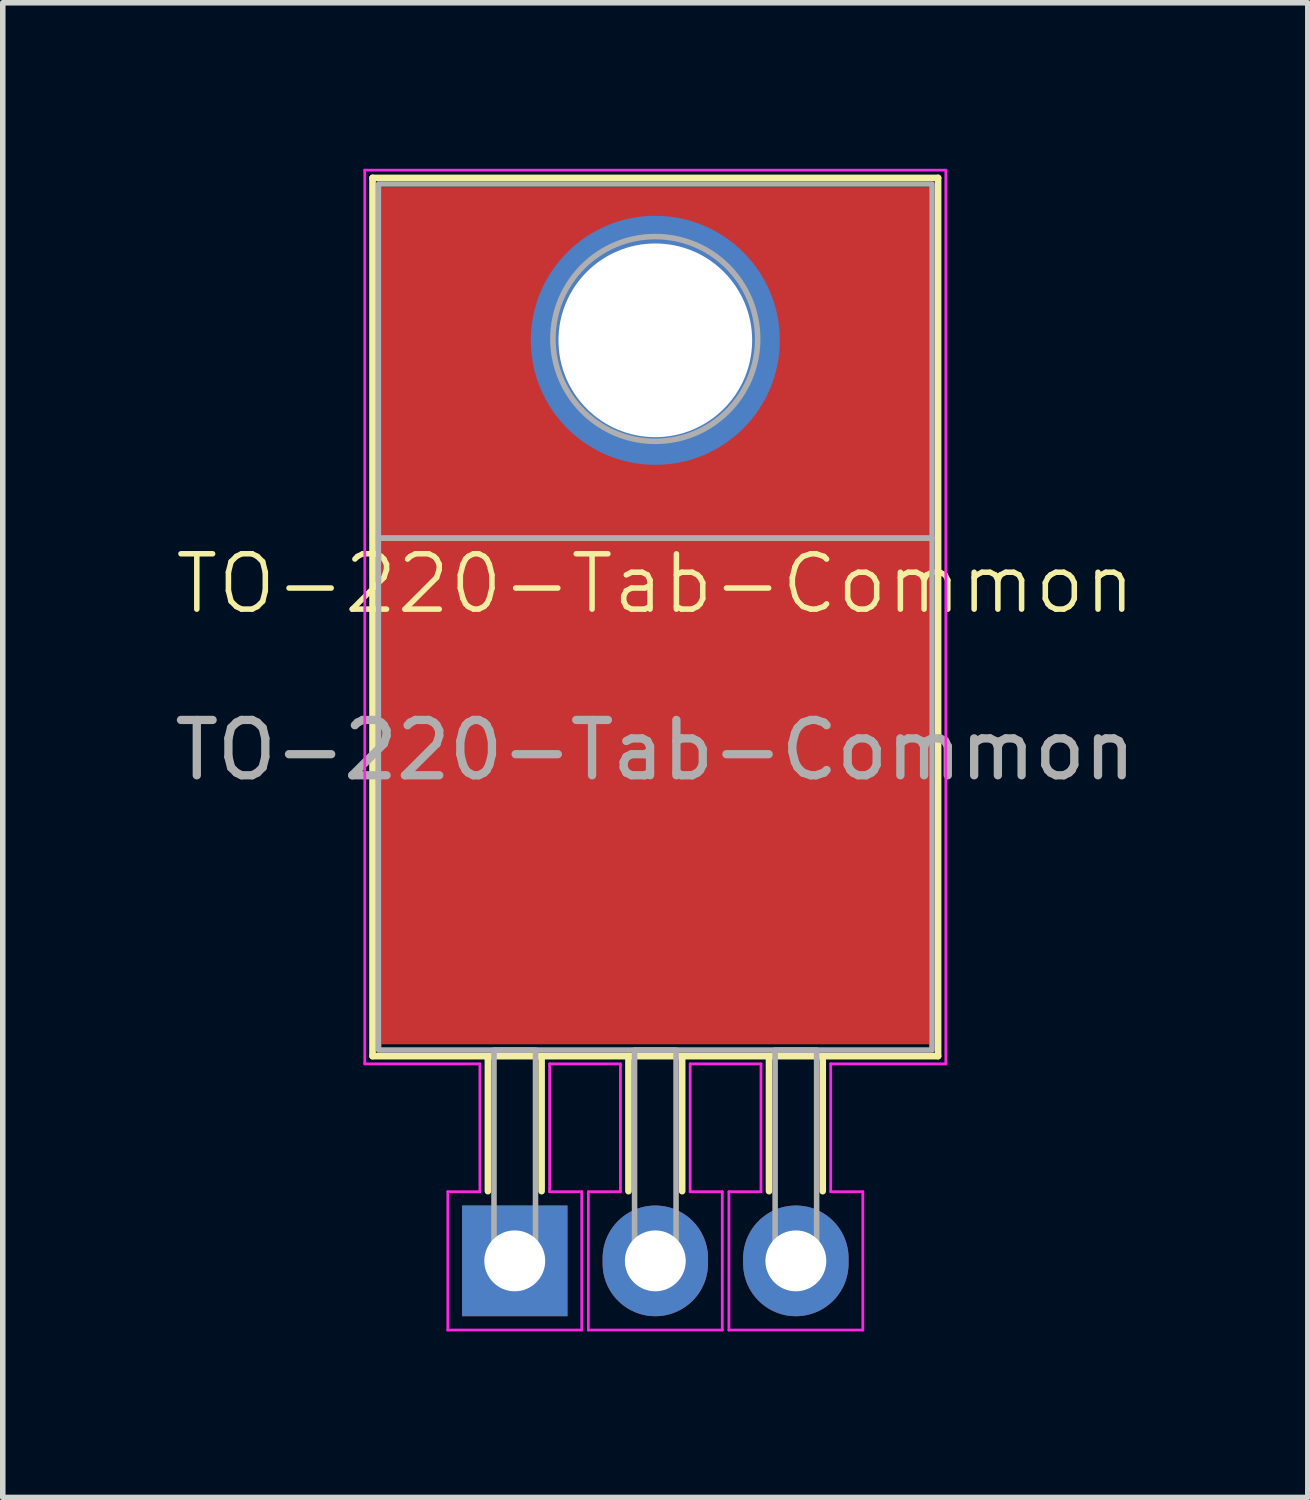
<source format=kicad_pcb>
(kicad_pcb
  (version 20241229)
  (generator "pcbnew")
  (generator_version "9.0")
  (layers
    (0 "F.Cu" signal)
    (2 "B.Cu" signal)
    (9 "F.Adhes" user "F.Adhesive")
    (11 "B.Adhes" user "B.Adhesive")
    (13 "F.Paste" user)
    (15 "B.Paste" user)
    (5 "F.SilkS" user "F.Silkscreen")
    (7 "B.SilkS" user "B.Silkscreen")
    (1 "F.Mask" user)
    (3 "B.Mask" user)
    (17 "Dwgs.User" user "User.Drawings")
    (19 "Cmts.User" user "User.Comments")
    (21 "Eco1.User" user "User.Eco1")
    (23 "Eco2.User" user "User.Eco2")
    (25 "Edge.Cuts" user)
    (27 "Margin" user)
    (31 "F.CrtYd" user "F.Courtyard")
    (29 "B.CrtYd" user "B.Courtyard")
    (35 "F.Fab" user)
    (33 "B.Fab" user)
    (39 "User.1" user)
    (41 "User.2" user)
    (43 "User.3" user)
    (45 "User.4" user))
  (footprint "TO-220-Tab-Common"
    (layer "F.Cu")
    (at 8.792 8)
    (property "Reference" "TO-220-Tab-Common" (at 0 -0.5 0) (unlocked yes) (layer "F.SilkS") (effects (font (size 1 1) (thickness 0.1))))
    (attr smd)
    (fp_line (start -5.11 -7.835) (end 5.11 -7.835) (stroke (width 0.12) (type solid)) (layer "F.SilkS"))
    (fp_line (start -5.11 8.035) (end -5.11 -7.835) (stroke (width 0.12) (type solid)) (layer "F.SilkS"))
    (fp_line (start -5.11 8.035) (end 5.11 8.035) (stroke (width 0.12) (type solid)) (layer "F.SilkS"))
    (fp_line (start -3.025 8.035) (end -3.025 10.475) (stroke (width 0.12) (type solid)) (layer "F.SilkS"))
    (fp_line (start -2.055 8.035) (end -2.055 10.475) (stroke (width 0.12) (type solid)) (layer "F.SilkS"))
    (fp_line (start -0.485 8.035) (end -0.485 10.475) (stroke (width 0.12) (type solid)) (layer "F.SilkS"))
    (fp_line (start 0.485 8.035) (end 0.485 10.475) (stroke (width 0.12) (type solid)) (layer "F.SilkS"))
    (fp_line (start 2.055 8.035) (end 2.055 10.475) (stroke (width 0.12) (type solid)) (layer "F.SilkS"))
    (fp_line (start 3.025 8.035) (end 3.025 10.475) (stroke (width 0.12) (type solid)) (layer "F.SilkS"))
    (fp_line (start 5.11 8.035) (end 5.11 -7.835) (stroke (width 0.12) (type solid)) (layer "F.SilkS"))
    (fp_line (start -5.25 -7.975) (end 5.25 -7.975) (stroke (width 0.05) (type solid)) (layer "F.CrtYd"))
    (fp_line (start -5.25 8.175) (end -5.25 -7.975) (stroke (width 0.05) (type solid)) (layer "F.CrtYd"))
    (fp_line (start -3.75 10.485) (end -3.17 10.485) (stroke (width 0.05) (type solid)) (layer "F.CrtYd"))
    (fp_line (start -3.75 12.985) (end -3.75 10.485) (stroke (width 0.05) (type solid)) (layer "F.CrtYd"))
    (fp_line (start -3.17 8.175) (end -5.25 8.175) (stroke (width 0.05) (type solid)) (layer "F.CrtYd"))
    (fp_line (start -3.17 10.485) (end -3.17 8.175) (stroke (width 0.05) (type solid)) (layer "F.CrtYd"))
    (fp_line (start -1.91 8.175) (end -1.91 10.485) (stroke (width 0.05) (type solid)) (layer "F.CrtYd"))
    (fp_line (start -1.91 10.485) (end -1.33 10.485) (stroke (width 0.05) (type solid)) (layer "F.CrtYd"))
    (fp_line (start -1.33 10.485) (end -1.33 12.985) (stroke (width 0.05) (type solid)) (layer "F.CrtYd"))
    (fp_line (start -1.33 12.985) (end -3.75 12.985) (stroke (width 0.05) (type solid)) (layer "F.CrtYd"))
    (fp_line (start -1.21 10.485) (end -0.63 10.485) (stroke (width 0.05) (type solid)) (layer "F.CrtYd"))
    (fp_line (start -1.21 12.985) (end -1.21 10.485) (stroke (width 0.05) (type solid)) (layer "F.CrtYd"))
    (fp_line (start -0.63 8.175) (end -1.91 8.175) (stroke (width 0.05) (type solid)) (layer "F.CrtYd"))
    (fp_line (start -0.63 10.485) (end -0.63 8.175) (stroke (width 0.05) (type solid)) (layer "F.CrtYd"))
    (fp_line (start 0.63 8.175) (end 0.63 10.485) (stroke (width 0.05) (type solid)) (layer "F.CrtYd"))
    (fp_line (start 0.63 10.485) (end 1.21 10.485) (stroke (width 0.05) (type solid)) (layer "F.CrtYd"))
    (fp_line (start 1.21 10.485) (end 1.21 12.985) (stroke (width 0.05) (type solid)) (layer "F.CrtYd"))
    (fp_line (start 1.21 12.985) (end -1.21 12.985) (stroke (width 0.05) (type solid)) (layer "F.CrtYd"))
    (fp_line (start 1.33 10.485) (end 1.91 10.485) (stroke (width 0.05) (type solid)) (layer "F.CrtYd"))
    (fp_line (start 1.33 12.985) (end 1.33 10.485) (stroke (width 0.05) (type solid)) (layer "F.CrtYd"))
    (fp_line (start 1.91 8.175) (end 0.63 8.175) (stroke (width 0.05) (type solid)) (layer "F.CrtYd"))
    (fp_line (start 1.91 10.485) (end 1.91 8.175) (stroke (width 0.05) (type solid)) (layer "F.CrtYd"))
    (fp_line (start 3.17 8.175) (end 3.17 10.485) (stroke (width 0.05) (type solid)) (layer "F.CrtYd"))
    (fp_line (start 3.17 10.485) (end 3.75 10.485) (stroke (width 0.05) (type solid)) (layer "F.CrtYd"))
    (fp_line (start 3.75 10.485) (end 3.75 12.985) (stroke (width 0.05) (type solid)) (layer "F.CrtYd"))
    (fp_line (start 3.75 12.985) (end 1.33 12.985) (stroke (width 0.05) (type solid)) (layer "F.CrtYd"))
    (fp_line (start 5.25 -7.975) (end 5.25 8.175) (stroke (width 0.05) (type solid)) (layer "F.CrtYd"))
    (fp_line (start 5.25 8.175) (end 3.17 8.175) (stroke (width 0.05) (type solid)) (layer "F.CrtYd"))
    (fp_rect (start -5 -7.725) (end 5 -1.325) (stroke (width 0.1) (type solid)) (fill no) (layer "F.Fab"))
    (fp_rect (start -5 7.925) (end 5 -1.325) (stroke (width 0.1) (type solid)) (fill no) (layer "F.Fab"))
    (fp_rect (start -2.915 7.925) (end -2.165 11.735) (stroke (width 0.1) (type solid)) (fill no) (layer "F.Fab"))
    (fp_rect (start -0.375 7.925) (end 0.375 11.735) (stroke (width 0.1) (type solid)) (fill no) (layer "F.Fab"))
    (fp_rect (start 2.165 7.925) (end 2.915 11.735) (stroke (width 0.1) (type solid)) (fill no) (layer "F.Fab"))
    (fp_circle (center 0 -4.925) (end 1.85 -4.925) (stroke (width 0.1) (type solid)) (fill no) (layer "F.Fab"))
    (fp_text user "${REFERENCE}" (at 0 2.505 0) (layer "F.Fab") (effects (font (size 1 1) (thickness 0.15))))
    (pad "" thru_hole oval (at 0 -4.9) (size 4.5 4.5) (drill 3.5) (layers "*.Cu" "*.Mask"))
    (pad "1" thru_hole rect (at -2.54 11.735) (size 1.905 2) (drill 1.1) (layers "*.Cu" "*.Mask"))
    (pad "2" smd rect (at 0 0.076) (size 9.9 15.49) (layers "F.Cu" "F.Mask"))
    (pad "2" thru_hole oval (at 0 11.735) (size 1.905 2) (drill 1.1) (layers "*.Cu" "*.Mask"))
    (pad "3" thru_hole oval (at 2.54 11.735) (size 1.905 2) (drill 1.1) (layers "*.Cu" "*.Mask")))
  (gr_rect
    (start -3 -3)
    (end 20.583 24.01)
    (stroke (width 0.1) (type default))
    (fill no)
    (layer "Edge.Cuts")))
</source>
